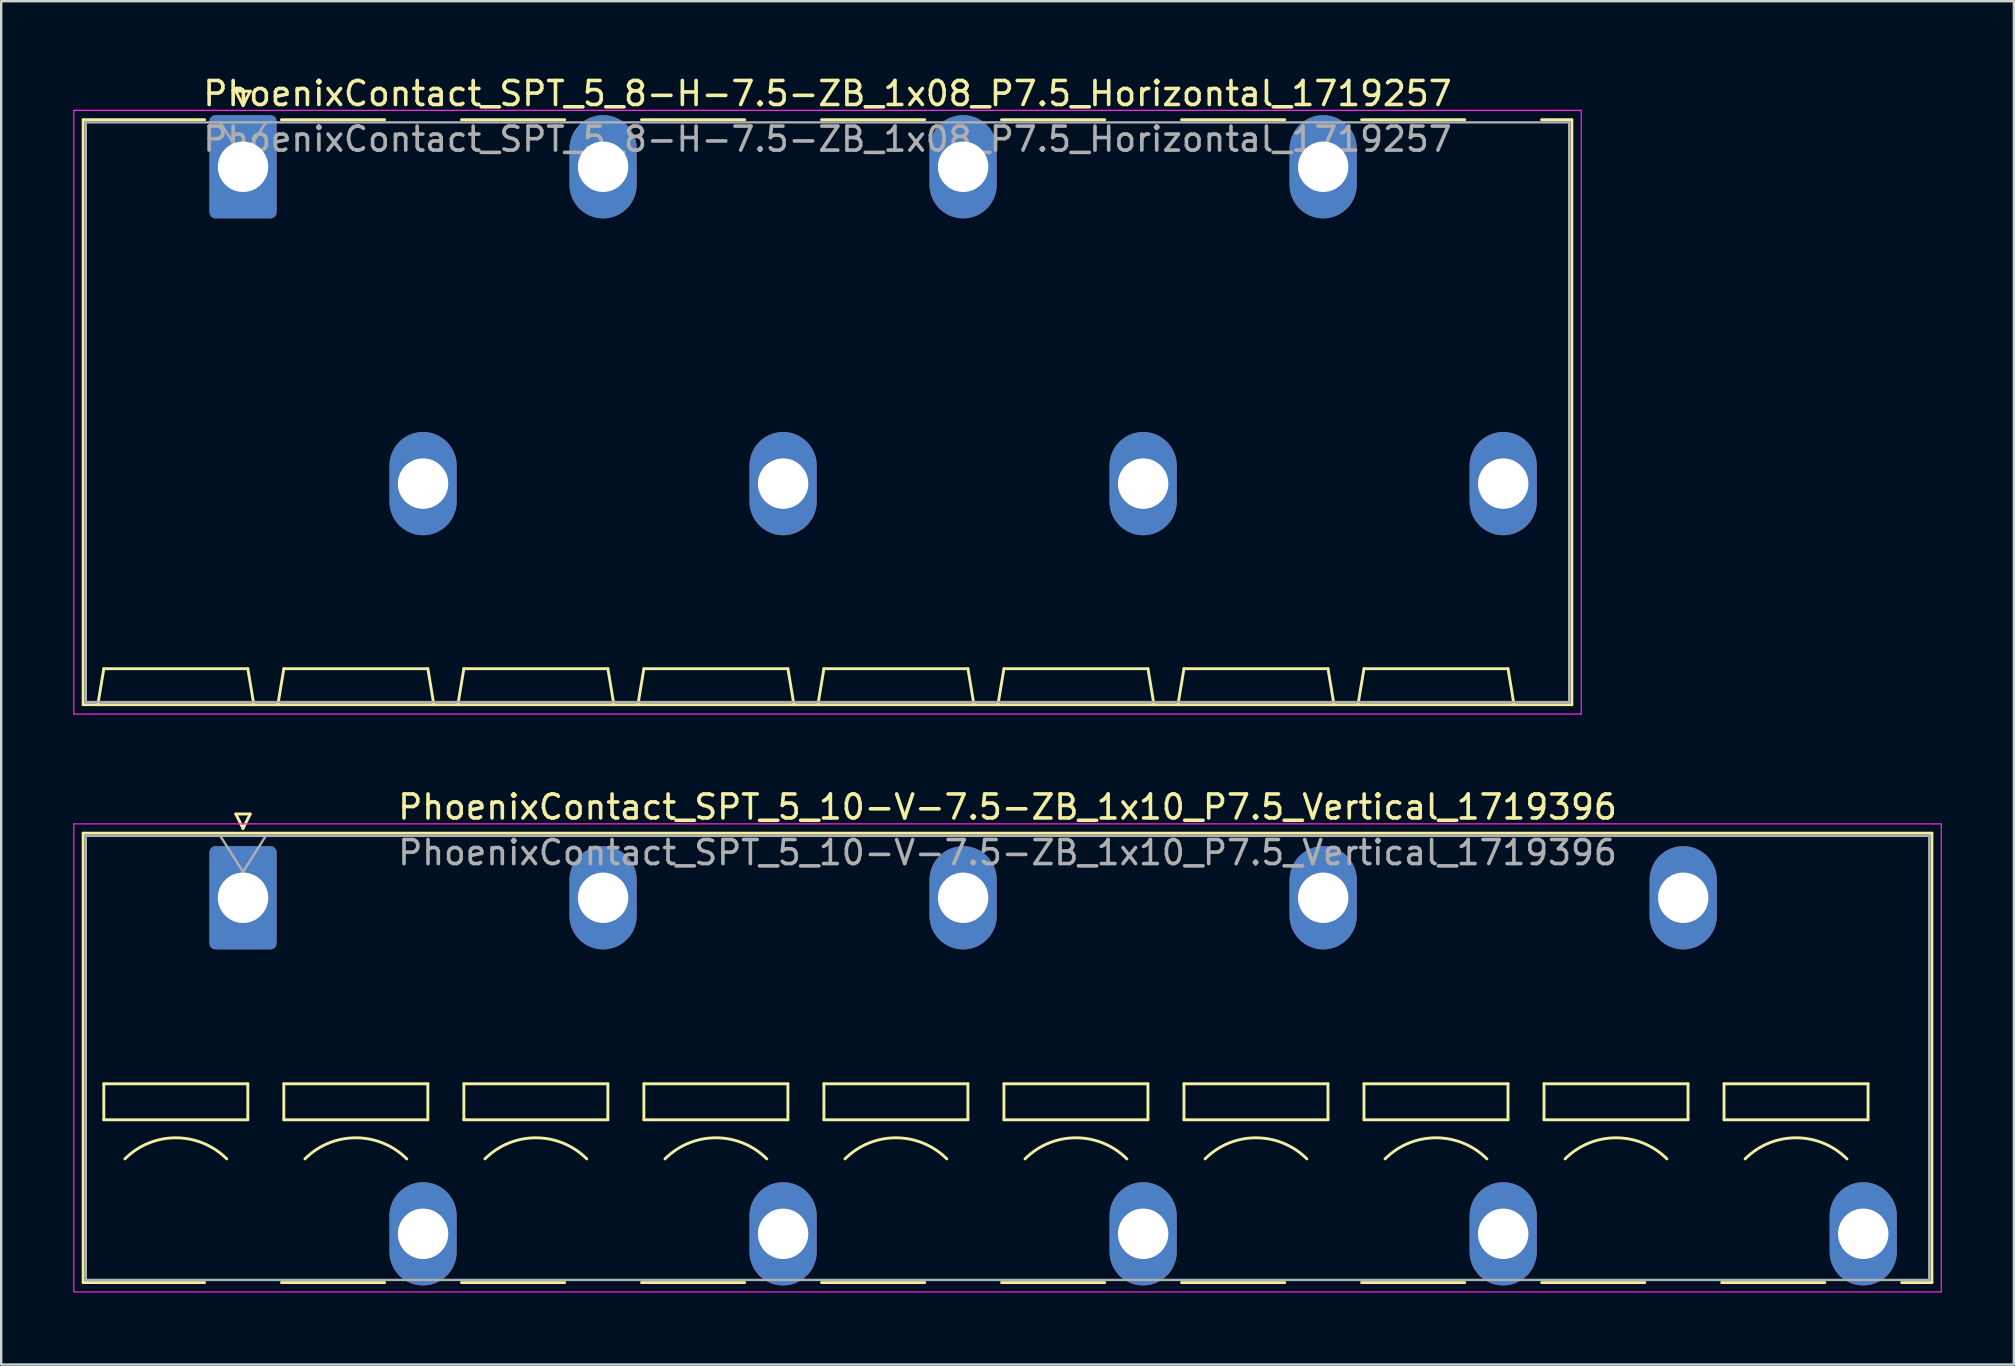
<source format=kicad_pcb>
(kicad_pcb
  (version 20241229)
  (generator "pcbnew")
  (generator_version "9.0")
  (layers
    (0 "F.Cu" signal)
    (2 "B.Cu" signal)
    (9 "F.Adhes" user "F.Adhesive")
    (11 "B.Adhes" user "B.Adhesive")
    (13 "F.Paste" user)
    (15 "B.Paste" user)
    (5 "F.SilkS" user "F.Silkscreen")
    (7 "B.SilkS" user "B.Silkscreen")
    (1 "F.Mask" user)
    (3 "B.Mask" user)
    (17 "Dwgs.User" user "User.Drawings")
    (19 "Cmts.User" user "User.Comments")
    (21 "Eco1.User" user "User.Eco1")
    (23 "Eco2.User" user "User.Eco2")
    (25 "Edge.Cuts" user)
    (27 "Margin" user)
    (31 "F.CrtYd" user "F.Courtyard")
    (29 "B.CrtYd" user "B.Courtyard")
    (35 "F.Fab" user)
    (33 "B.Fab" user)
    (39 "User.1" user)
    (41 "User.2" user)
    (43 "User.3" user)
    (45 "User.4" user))
  (footprint "PhoenixContact_SPT_5_10-V-7.5-ZB_1x10_P7.5_Vertical_1719396"
    (layer "F.Cu")
    (at 7.075 34.352)
    (property "Reference" "PhoenixContact_SPT_5_10-V-7.5-ZB_1x10_P7.5_Vertical_1719396" (at 31.85 -3.78 0) (layer "F.SilkS") (effects (font (size 1 1) (thickness 0.15))))
    (attr through_hole)
    (fp_line (start -6.66 -2.69) (end 70.36 -2.69) (stroke (width 0.12) (type solid)) (layer "F.SilkS"))
    (fp_line (start -6.66 16.03) (end -6.66 -2.69) (stroke (width 0.12) (type solid)) (layer "F.SilkS"))
    (fp_line (start -6.66 16.03) (end -1.6 16.03) (stroke (width 0.12) (type solid)) (layer "F.SilkS"))
    (fp_line (start -5.8 7.75) (end -5.8 9.25) (stroke (width 0.12) (type solid)) (layer "F.SilkS"))
    (fp_line (start -5.8 9.25) (end 0.2 9.25) (stroke (width 0.12) (type solid)) (layer "F.SilkS"))
    (fp_line (start -0.3 -3.49) (end 0 -2.89) (stroke (width 0.12) (type solid)) (layer "F.SilkS"))
    (fp_line (start -0.3 -3.49) (end 0.3 -3.49) (stroke (width 0.12) (type solid)) (layer "F.SilkS"))
    (fp_line (start 0.2 7.75) (end -5.8 7.75) (stroke (width 0.12) (type solid)) (layer "F.SilkS"))
    (fp_line (start 0.2 9.25) (end 0.2 7.75) (stroke (width 0.12) (type solid)) (layer "F.SilkS"))
    (fp_line (start 0.3 -3.49) (end 0 -2.89) (stroke (width 0.12) (type solid)) (layer "F.SilkS"))
    (fp_line (start 1.6 16.03) (end 5.9 16.03) (stroke (width 0.12) (type solid)) (layer "F.SilkS"))
    (fp_line (start 1.7 7.75) (end 1.7 9.25) (stroke (width 0.12) (type solid)) (layer "F.SilkS"))
    (fp_line (start 1.7 9.25) (end 7.7 9.25) (stroke (width 0.12) (type solid)) (layer "F.SilkS"))
    (fp_line (start 7.7 7.75) (end 1.7 7.75) (stroke (width 0.12) (type solid)) (layer "F.SilkS"))
    (fp_line (start 7.7 9.25) (end 7.7 7.75) (stroke (width 0.12) (type solid)) (layer "F.SilkS"))
    (fp_line (start 9.1 16.03) (end 13.4 16.03) (stroke (width 0.12) (type solid)) (layer "F.SilkS"))
    (fp_line (start 9.2 7.75) (end 9.2 9.25) (stroke (width 0.12) (type solid)) (layer "F.SilkS"))
    (fp_line (start 9.2 9.25) (end 15.2 9.25) (stroke (width 0.12) (type solid)) (layer "F.SilkS"))
    (fp_line (start 15.2 7.75) (end 9.2 7.75) (stroke (width 0.12) (type solid)) (layer "F.SilkS"))
    (fp_line (start 15.2 9.25) (end 15.2 7.75) (stroke (width 0.12) (type solid)) (layer "F.SilkS"))
    (fp_line (start 16.6 16.03) (end 20.9 16.03) (stroke (width 0.12) (type solid)) (layer "F.SilkS"))
    (fp_line (start 16.7 7.75) (end 16.7 9.25) (stroke (width 0.12) (type solid)) (layer "F.SilkS"))
    (fp_line (start 16.7 9.25) (end 22.7 9.25) (stroke (width 0.12) (type solid)) (layer "F.SilkS"))
    (fp_line (start 22.7 7.75) (end 16.7 7.75) (stroke (width 0.12) (type solid)) (layer "F.SilkS"))
    (fp_line (start 22.7 9.25) (end 22.7 7.75) (stroke (width 0.12) (type solid)) (layer "F.SilkS"))
    (fp_line (start 24.1 16.03) (end 28.4 16.03) (stroke (width 0.12) (type solid)) (layer "F.SilkS"))
    (fp_line (start 24.2 7.75) (end 24.2 9.25) (stroke (width 0.12) (type solid)) (layer "F.SilkS"))
    (fp_line (start 24.2 9.25) (end 30.2 9.25) (stroke (width 0.12) (type solid)) (layer "F.SilkS"))
    (fp_line (start 30.2 7.75) (end 24.2 7.75) (stroke (width 0.12) (type solid)) (layer "F.SilkS"))
    (fp_line (start 30.2 9.25) (end 30.2 7.75) (stroke (width 0.12) (type solid)) (layer "F.SilkS"))
    (fp_line (start 31.6 16.03) (end 35.9 16.03) (stroke (width 0.12) (type solid)) (layer "F.SilkS"))
    (fp_line (start 31.7 7.75) (end 31.7 9.25) (stroke (width 0.12) (type solid)) (layer "F.SilkS"))
    (fp_line (start 31.7 9.25) (end 37.7 9.25) (stroke (width 0.12) (type solid)) (layer "F.SilkS"))
    (fp_line (start 37.7 7.75) (end 31.7 7.75) (stroke (width 0.12) (type solid)) (layer "F.SilkS"))
    (fp_line (start 37.7 9.25) (end 37.7 7.75) (stroke (width 0.12) (type solid)) (layer "F.SilkS"))
    (fp_line (start 39.1 16.03) (end 43.4 16.03) (stroke (width 0.12) (type solid)) (layer "F.SilkS"))
    (fp_line (start 39.2 7.75) (end 39.2 9.25) (stroke (width 0.12) (type solid)) (layer "F.SilkS"))
    (fp_line (start 39.2 9.25) (end 45.2 9.25) (stroke (width 0.12) (type solid)) (layer "F.SilkS"))
    (fp_line (start 45.2 7.75) (end 39.2 7.75) (stroke (width 0.12) (type solid)) (layer "F.SilkS"))
    (fp_line (start 45.2 9.25) (end 45.2 7.75) (stroke (width 0.12) (type solid)) (layer "F.SilkS"))
    (fp_line (start 46.6 16.03) (end 50.9 16.03) (stroke (width 0.12) (type solid)) (layer "F.SilkS"))
    (fp_line (start 46.7 7.75) (end 46.7 9.25) (stroke (width 0.12) (type solid)) (layer "F.SilkS"))
    (fp_line (start 46.7 9.25) (end 52.7 9.25) (stroke (width 0.12) (type solid)) (layer "F.SilkS"))
    (fp_line (start 52.7 7.75) (end 46.7 7.75) (stroke (width 0.12) (type solid)) (layer "F.SilkS"))
    (fp_line (start 52.7 9.25) (end 52.7 7.75) (stroke (width 0.12) (type solid)) (layer "F.SilkS"))
    (fp_line (start 54.1 16.03) (end 58.4 16.03) (stroke (width 0.12) (type solid)) (layer "F.SilkS"))
    (fp_line (start 54.2 7.75) (end 54.2 9.25) (stroke (width 0.12) (type solid)) (layer "F.SilkS"))
    (fp_line (start 54.2 9.25) (end 60.2 9.25) (stroke (width 0.12) (type solid)) (layer "F.SilkS"))
    (fp_line (start 60.2 7.75) (end 54.2 7.75) (stroke (width 0.12) (type solid)) (layer "F.SilkS"))
    (fp_line (start 60.2 9.25) (end 60.2 7.75) (stroke (width 0.12) (type solid)) (layer "F.SilkS"))
    (fp_line (start 61.6 16.03) (end 65.9 16.03) (stroke (width 0.12) (type solid)) (layer "F.SilkS"))
    (fp_line (start 61.7 7.75) (end 61.7 9.25) (stroke (width 0.12) (type solid)) (layer "F.SilkS"))
    (fp_line (start 61.7 9.25) (end 67.7 9.25) (stroke (width 0.12) (type solid)) (layer "F.SilkS"))
    (fp_line (start 67.7 7.75) (end 61.7 7.75) (stroke (width 0.12) (type solid)) (layer "F.SilkS"))
    (fp_line (start 67.7 9.25) (end 67.7 7.75) (stroke (width 0.12) (type solid)) (layer "F.SilkS"))
    (fp_line (start 69.1 16.03) (end 70.36 16.03) (stroke (width 0.12) (type solid)) (layer "F.SilkS"))
    (fp_line (start 70.36 -2.69) (end 70.36 16.03) (stroke (width 0.12) (type solid)) (layer "F.SilkS"))
    (fp_arc (start -4.92132 10.87868) (mid -2.8 10) (end -0.67868 10.87868) (stroke (width 0.12) (type solid)) (layer "F.SilkS"))
    (fp_arc (start 2.57868 10.87868) (mid 4.7 10) (end 6.82132 10.87868) (stroke (width 0.12) (type solid)) (layer "F.SilkS"))
    (fp_arc (start 10.07868 10.87868) (mid 12.2 10) (end 14.32132 10.87868) (stroke (width 0.12) (type solid)) (layer "F.SilkS"))
    (fp_arc (start 17.57868 10.87868) (mid 19.7 10) (end 21.82132 10.87868) (stroke (width 0.12) (type solid)) (layer "F.SilkS"))
    (fp_arc (start 25.07868 10.87868) (mid 27.2 10) (end 29.32132 10.87868) (stroke (width 0.12) (type solid)) (layer "F.SilkS"))
    (fp_arc (start 32.57868 10.87868) (mid 34.7 10) (end 36.82132 10.87868) (stroke (width 0.12) (type solid)) (layer "F.SilkS"))
    (fp_arc (start 40.07868 10.87868) (mid 42.2 10) (end 44.32132 10.87868) (stroke (width 0.12) (type solid)) (layer "F.SilkS"))
    (fp_arc (start 47.57868 10.87868) (mid 49.7 10) (end 51.82132 10.87868) (stroke (width 0.12) (type solid)) (layer "F.SilkS"))
    (fp_arc (start 55.07868 10.87868) (mid 57.2 10) (end 59.32132 10.87868) (stroke (width 0.12) (type solid)) (layer "F.SilkS"))
    (fp_arc (start 62.57868 10.87868) (mid 64.7 10) (end 66.82132 10.87868) (stroke (width 0.12) (type solid)) (layer "F.SilkS"))
    (fp_line (start -7.05 -3.08) (end -7.05 16.42) (stroke (width 0.05) (type solid)) (layer "F.CrtYd"))
    (fp_line (start -7.05 16.42) (end 70.75 16.42) (stroke (width 0.05) (type solid)) (layer "F.CrtYd"))
    (fp_line (start 70.75 -3.08) (end -7.05 -3.08) (stroke (width 0.05) (type solid)) (layer "F.CrtYd"))
    (fp_line (start 70.75 16.42) (end 70.75 -3.08) (stroke (width 0.05) (type solid)) (layer "F.CrtYd"))
    (fp_line (start -6.55 -2.58) (end -6.55 15.92) (stroke (width 0.1) (type solid)) (layer "F.Fab"))
    (fp_line (start -6.55 15.92) (end 70.25 15.92) (stroke (width 0.1) (type solid)) (layer "F.Fab"))
    (fp_line (start -0.95 -2.58) (end 0 -1.08) (stroke (width 0.1) (type solid)) (layer "F.Fab"))
    (fp_line (start 0.95 -2.58) (end 0 -1.08) (stroke (width 0.1) (type solid)) (layer "F.Fab"))
    (fp_line (start 70.25 -2.58) (end -6.55 -2.58) (stroke (width 0.1) (type solid)) (layer "F.Fab"))
    (fp_line (start 70.25 15.92) (end 70.25 -2.58) (stroke (width 0.1) (type solid)) (layer "F.Fab"))
    (fp_text user "${REFERENCE}" (at 31.85 -1.88 0) (layer "F.Fab") (effects (font (size 1 1) (thickness 0.15))))
    (pad "1" thru_hole roundrect (at 0 0) (size 2.8 4.3) (drill 2.1) (layers "*.Cu" "*.Mask") (roundrect_rratio 0.089))
    (pad "2" thru_hole oval (at 7.5 14) (size 2.8 4.3) (drill 2.1) (layers "*.Cu" "*.Mask"))
    (pad "3" thru_hole oval (at 15 0) (size 2.8 4.3) (drill 2.1) (layers "*.Cu" "*.Mask"))
    (pad "4" thru_hole oval (at 22.5 14) (size 2.8 4.3) (drill 2.1) (layers "*.Cu" "*.Mask"))
    (pad "5" thru_hole oval (at 30 0) (size 2.8 4.3) (drill 2.1) (layers "*.Cu" "*.Mask"))
    (pad "6" thru_hole oval (at 37.5 14) (size 2.8 4.3) (drill 2.1) (layers "*.Cu" "*.Mask"))
    (pad "7" thru_hole oval (at 45 0) (size 2.8 4.3) (drill 2.1) (layers "*.Cu" "*.Mask"))
    (pad "8" thru_hole oval (at 52.5 14) (size 2.8 4.3) (drill 2.1) (layers "*.Cu" "*.Mask"))
    (pad "9" thru_hole oval (at 60 0) (size 2.8 4.3) (drill 2.1) (layers "*.Cu" "*.Mask"))
    (pad "10" thru_hole oval (at 67.5 14) (size 2.8 4.3) (drill 2.1) (layers "*.Cu" "*.Mask")))
  (footprint "PhoenixContact_SPT_5_8-H-7.5-ZB_1x08_P7.5_Horizontal_1719257"
    (layer "F.Cu")
    (at 7.075 3.898)
    (property "Reference" "PhoenixContact_SPT_5_8-H-7.5-ZB_1x08_P7.5_Horizontal_1719257" (at 24.35 -3.05 0) (layer "F.SilkS") (effects (font (size 1 1) (thickness 0.15))))
    (attr through_hole)
    (fp_line (start -6.66 -1.96) (end -1.6 -1.96) (stroke (width 0.12) (type solid)) (layer "F.SilkS"))
    (fp_line (start -6.66 22.41) (end -6.66 -1.96) (stroke (width 0.12) (type solid)) (layer "F.SilkS"))
    (fp_line (start -6.05 22.41) (end -5.8 20.91) (stroke (width 0.12) (type solid)) (layer "F.SilkS"))
    (fp_line (start -5.8 20.91) (end 0.2 20.91) (stroke (width 0.12) (type solid)) (layer "F.SilkS"))
    (fp_line (start -0.3 -3.15) (end 0 -2.55) (stroke (width 0.12) (type solid)) (layer "F.SilkS"))
    (fp_line (start -0.3 -3.15) (end 0.3 -3.15) (stroke (width 0.12) (type solid)) (layer "F.SilkS"))
    (fp_line (start 0.3 -3.15) (end 0 -2.55) (stroke (width 0.12) (type solid)) (layer "F.SilkS"))
    (fp_line (start 0.45 22.41) (end 0.2 20.91) (stroke (width 0.12) (type solid)) (layer "F.SilkS"))
    (fp_line (start 1.45 22.41) (end 1.7 20.91) (stroke (width 0.12) (type solid)) (layer "F.SilkS"))
    (fp_line (start 1.6 -1.96) (end 5.9 -1.96) (stroke (width 0.12) (type solid)) (layer "F.SilkS"))
    (fp_line (start 1.7 20.91) (end 7.7 20.91) (stroke (width 0.12) (type solid)) (layer "F.SilkS"))
    (fp_line (start 7.95 22.41) (end 7.7 20.91) (stroke (width 0.12) (type solid)) (layer "F.SilkS"))
    (fp_line (start 8.95 22.41) (end 9.2 20.91) (stroke (width 0.12) (type solid)) (layer "F.SilkS"))
    (fp_line (start 9.1 -1.96) (end 13.4 -1.96) (stroke (width 0.12) (type solid)) (layer "F.SilkS"))
    (fp_line (start 9.2 20.91) (end 15.2 20.91) (stroke (width 0.12) (type solid)) (layer "F.SilkS"))
    (fp_line (start 15.45 22.41) (end 15.2 20.91) (stroke (width 0.12) (type solid)) (layer "F.SilkS"))
    (fp_line (start 16.45 22.41) (end 16.7 20.91) (stroke (width 0.12) (type solid)) (layer "F.SilkS"))
    (fp_line (start 16.6 -1.96) (end 20.9 -1.96) (stroke (width 0.12) (type solid)) (layer "F.SilkS"))
    (fp_line (start 16.7 20.91) (end 22.7 20.91) (stroke (width 0.12) (type solid)) (layer "F.SilkS"))
    (fp_line (start 22.95 22.41) (end 22.7 20.91) (stroke (width 0.12) (type solid)) (layer "F.SilkS"))
    (fp_line (start 23.95 22.41) (end 24.2 20.91) (stroke (width 0.12) (type solid)) (layer "F.SilkS"))
    (fp_line (start 24.1 -1.96) (end 28.4 -1.96) (stroke (width 0.12) (type solid)) (layer "F.SilkS"))
    (fp_line (start 24.2 20.91) (end 30.2 20.91) (stroke (width 0.12) (type solid)) (layer "F.SilkS"))
    (fp_line (start 30.45 22.41) (end 30.2 20.91) (stroke (width 0.12) (type solid)) (layer "F.SilkS"))
    (fp_line (start 31.45 22.41) (end 31.7 20.91) (stroke (width 0.12) (type solid)) (layer "F.SilkS"))
    (fp_line (start 31.6 -1.96) (end 35.9 -1.96) (stroke (width 0.12) (type solid)) (layer "F.SilkS"))
    (fp_line (start 31.7 20.91) (end 37.7 20.91) (stroke (width 0.12) (type solid)) (layer "F.SilkS"))
    (fp_line (start 37.95 22.41) (end 37.7 20.91) (stroke (width 0.12) (type solid)) (layer "F.SilkS"))
    (fp_line (start 38.95 22.41) (end 39.2 20.91) (stroke (width 0.12) (type solid)) (layer "F.SilkS"))
    (fp_line (start 39.1 -1.96) (end 43.4 -1.96) (stroke (width 0.12) (type solid)) (layer "F.SilkS"))
    (fp_line (start 39.2 20.91) (end 45.2 20.91) (stroke (width 0.12) (type solid)) (layer "F.SilkS"))
    (fp_line (start 45.45 22.41) (end 45.2 20.91) (stroke (width 0.12) (type solid)) (layer "F.SilkS"))
    (fp_line (start 46.45 22.41) (end 46.7 20.91) (stroke (width 0.12) (type solid)) (layer "F.SilkS"))
    (fp_line (start 46.6 -1.96) (end 50.9 -1.96) (stroke (width 0.12) (type solid)) (layer "F.SilkS"))
    (fp_line (start 46.7 20.91) (end 52.7 20.91) (stroke (width 0.12) (type solid)) (layer "F.SilkS"))
    (fp_line (start 52.95 22.41) (end 52.7 20.91) (stroke (width 0.12) (type solid)) (layer "F.SilkS"))
    (fp_line (start 54.1 -1.96) (end 55.36 -1.96) (stroke (width 0.12) (type solid)) (layer "F.SilkS"))
    (fp_line (start 55.36 -1.96) (end 55.36 22.41) (stroke (width 0.12) (type solid)) (layer "F.SilkS"))
    (fp_line (start 55.36 22.41) (end -6.66 22.41) (stroke (width 0.12) (type solid)) (layer "F.SilkS"))
    (fp_line (start -7.05 -2.35) (end -7.05 22.8) (stroke (width 0.05) (type solid)) (layer "F.CrtYd"))
    (fp_line (start -7.05 22.8) (end 55.75 22.8) (stroke (width 0.05) (type solid)) (layer "F.CrtYd"))
    (fp_line (start 55.75 -2.35) (end -7.05 -2.35) (stroke (width 0.05) (type solid)) (layer "F.CrtYd"))
    (fp_line (start 55.75 22.8) (end 55.75 -2.35) (stroke (width 0.05) (type solid)) (layer "F.CrtYd"))
    (fp_line (start -6.55 -1.85) (end -6.55 22.3) (stroke (width 0.1) (type solid)) (layer "F.Fab"))
    (fp_line (start -6.55 22.3) (end 55.25 22.3) (stroke (width 0.1) (type solid)) (layer "F.Fab"))
    (fp_line (start -0.95 -1.85) (end 0 -0.35) (stroke (width 0.1) (type solid)) (layer "F.Fab"))
    (fp_line (start 0.95 -1.85) (end 0 -0.35) (stroke (width 0.1) (type solid)) (layer "F.Fab"))
    (fp_line (start 55.25 -1.85) (end -6.55 -1.85) (stroke (width 0.1) (type solid)) (layer "F.Fab"))
    (fp_line (start 55.25 22.3) (end 55.25 -1.85) (stroke (width 0.1) (type solid)) (layer "F.Fab"))
    (fp_text user "${REFERENCE}" (at 24.35 -1.15 0) (layer "F.Fab") (effects (font (size 1 1) (thickness 0.15))))
    (pad "1" thru_hole roundrect (at 0 0) (size 2.8 4.3) (drill 2.1) (layers "*.Cu" "*.Mask") (roundrect_rratio 0.089))
    (pad "2" thru_hole oval (at 7.5 13.2) (size 2.8 4.3) (drill 2.1) (layers "*.Cu" "*.Mask"))
    (pad "3" thru_hole oval (at 15 0) (size 2.8 4.3) (drill 2.1) (layers "*.Cu" "*.Mask"))
    (pad "4" thru_hole oval (at 22.5 13.2) (size 2.8 4.3) (drill 2.1) (layers "*.Cu" "*.Mask"))
    (pad "5" thru_hole oval (at 30 0) (size 2.8 4.3) (drill 2.1) (layers "*.Cu" "*.Mask"))
    (pad "6" thru_hole oval (at 37.5 13.2) (size 2.8 4.3) (drill 2.1) (layers "*.Cu" "*.Mask"))
    (pad "7" thru_hole oval (at 45 0) (size 2.8 4.3) (drill 2.1) (layers "*.Cu" "*.Mask"))
    (pad "8" thru_hole oval (at 52.5 13.2) (size 2.8 4.3) (drill 2.1) (layers "*.Cu" "*.Mask")))
  (gr_rect
    (start -3 -3)
    (end 80.85 53.797)
    (stroke (width 0.1) (type default))
    (fill no)
    (layer "Edge.Cuts")))
</source>
